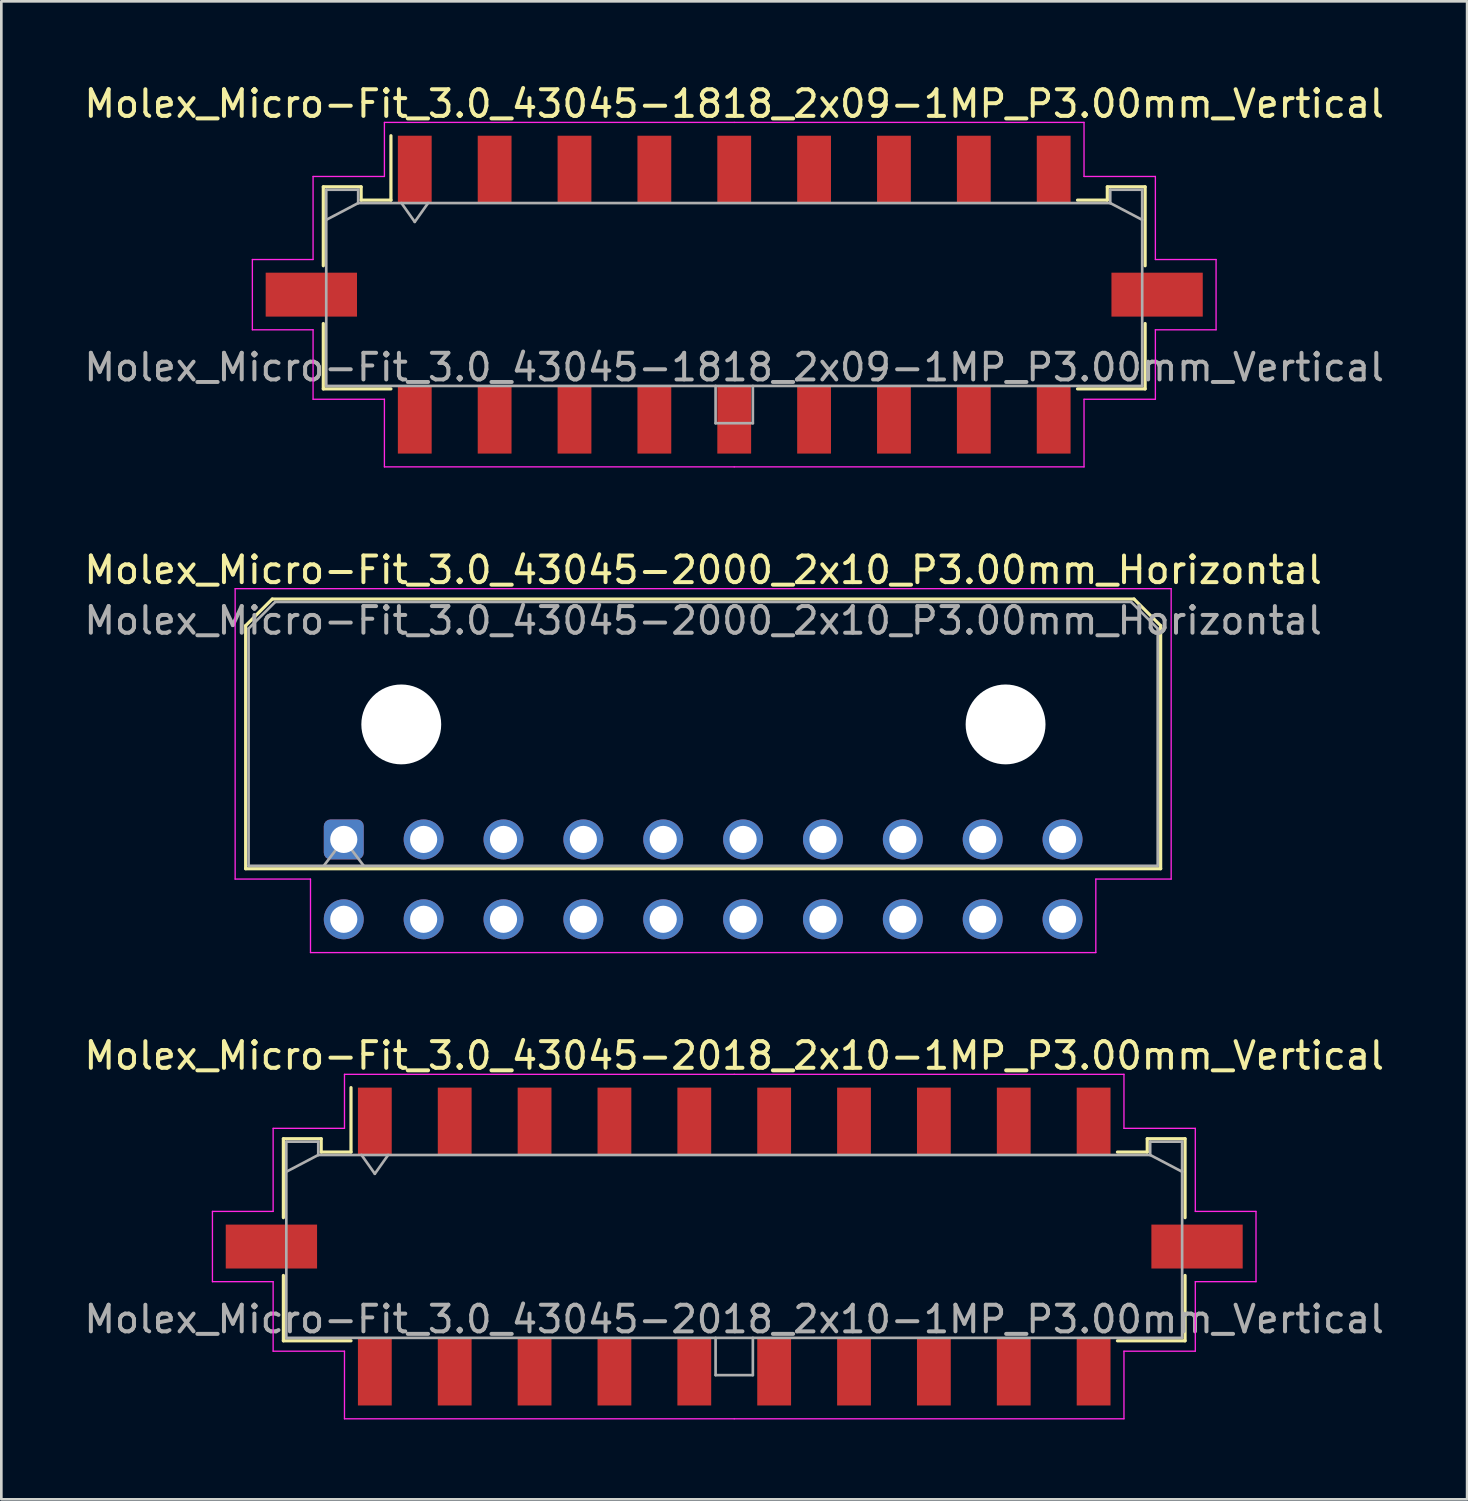
<source format=kicad_pcb>
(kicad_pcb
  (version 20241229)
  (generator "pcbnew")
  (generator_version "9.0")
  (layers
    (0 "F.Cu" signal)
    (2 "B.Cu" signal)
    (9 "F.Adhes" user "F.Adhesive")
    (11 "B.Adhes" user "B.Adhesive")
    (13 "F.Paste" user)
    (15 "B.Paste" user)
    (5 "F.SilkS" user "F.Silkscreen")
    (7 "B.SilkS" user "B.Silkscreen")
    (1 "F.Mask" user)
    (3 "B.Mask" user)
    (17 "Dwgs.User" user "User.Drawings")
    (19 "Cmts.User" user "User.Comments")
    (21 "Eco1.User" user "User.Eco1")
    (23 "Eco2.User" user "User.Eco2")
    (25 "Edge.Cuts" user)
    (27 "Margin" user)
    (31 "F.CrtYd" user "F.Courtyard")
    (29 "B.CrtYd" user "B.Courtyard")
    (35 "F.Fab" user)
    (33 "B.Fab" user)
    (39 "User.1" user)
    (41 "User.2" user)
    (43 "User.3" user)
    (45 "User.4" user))
  (footprint "Molex_Micro-Fit_3.0_43045-2000_2x10_P3.00mm_Horizontal"
    (layer "F.Cu")
    (at 9.863 28.482)
    (property "Reference" "Molex_Micro-Fit_3.0_43045-2000_2x10_P3.00mm_Horizontal" (at 13.5 -10.12 0) (layer "F.SilkS") (effects (font (size 1 1) (thickness 0.15))))
    (attr through_hole)
    (fp_line (start -3.685 -8.03) (end -2.685 -9.03) (stroke (width 0.12) (type solid)) (layer "F.SilkS"))
    (fp_line (start -3.685 1.1) (end -3.685 -8.03) (stroke (width 0.12) (type solid)) (layer "F.SilkS"))
    (fp_line (start -2.685 -9.03) (end 29.685 -9.03) (stroke (width 0.12) (type solid)) (layer "F.SilkS"))
    (fp_line (start 29.685 -9.03) (end 30.685 -8.03) (stroke (width 0.12) (type solid)) (layer "F.SilkS"))
    (fp_line (start 30.685 -8.03) (end 30.685 1.1) (stroke (width 0.12) (type solid)) (layer "F.SilkS"))
    (fp_line (start 30.685 1.1) (end -3.685 1.1) (stroke (width 0.12) (type solid)) (layer "F.SilkS"))
    (fp_line (start -4.08 -9.42) (end 31.08 -9.42) (stroke (width 0.05) (type solid)) (layer "F.CrtYd"))
    (fp_line (start -4.08 1.49) (end -4.08 -9.42) (stroke (width 0.05) (type solid)) (layer "F.CrtYd"))
    (fp_line (start -1.25 1.49) (end -4.08 1.49) (stroke (width 0.05) (type solid)) (layer "F.CrtYd"))
    (fp_line (start -1.25 4.25) (end -1.25 1.49) (stroke (width 0.05) (type solid)) (layer "F.CrtYd"))
    (fp_line (start 28.25 1.49) (end 28.25 4.25) (stroke (width 0.05) (type solid)) (layer "F.CrtYd"))
    (fp_line (start 28.25 4.25) (end -1.25 4.25) (stroke (width 0.05) (type solid)) (layer "F.CrtYd"))
    (fp_line (start 31.08 -9.42) (end 31.08 1.49) (stroke (width 0.05) (type solid)) (layer "F.CrtYd"))
    (fp_line (start 31.08 1.49) (end 28.25 1.49) (stroke (width 0.05) (type solid)) (layer "F.CrtYd"))
    (fp_line (start -3.575 -7.92) (end -2.575 -8.92) (stroke (width 0.1) (type solid)) (layer "F.Fab"))
    (fp_line (start -3.575 0.99) (end -3.575 -7.92) (stroke (width 0.1) (type solid)) (layer "F.Fab"))
    (fp_line (start -2.575 -8.92) (end 29.575 -8.92) (stroke (width 0.1) (type solid)) (layer "F.Fab"))
    (fp_line (start -0.75 0.99) (end 0 0) (stroke (width 0.1) (type solid)) (layer "F.Fab"))
    (fp_line (start 0 0) (end 0.75 0.99) (stroke (width 0.1) (type solid)) (layer "F.Fab"))
    (fp_line (start 29.575 -8.92) (end 30.575 -7.92) (stroke (width 0.1) (type solid)) (layer "F.Fab"))
    (fp_line (start 30.575 -7.92) (end 30.575 0.99) (stroke (width 0.1) (type solid)) (layer "F.Fab"))
    (fp_line (start 30.575 0.99) (end -3.575 0.99) (stroke (width 0.1) (type solid)) (layer "F.Fab"))
    (fp_text user "${REFERENCE}" (at 13.5 -8.22 0) (layer "F.Fab") (effects (font (size 1 1) (thickness 0.15))))
    (pad "" np_thru_hole circle (at 2.16 -4.32) (size 3 3) (drill 3) (layers "*.Cu" "*.Mask"))
    (pad "" np_thru_hole circle (at 24.86 -4.32) (size 3 3) (drill 3) (layers "*.Cu" "*.Mask"))
    (pad "1" thru_hole roundrect (at 0 0) (size 1.5 1.5) (drill 1.02) (layers "*.Cu" "*.Mask") (roundrect_rratio 0.167))
    (pad "2" thru_hole circle (at 3 0) (size 1.5 1.5) (drill 1.02) (layers "*.Cu" "*.Mask"))
    (pad "3" thru_hole circle (at 6 0) (size 1.5 1.5) (drill 1.02) (layers "*.Cu" "*.Mask"))
    (pad "4" thru_hole circle (at 9 0) (size 1.5 1.5) (drill 1.02) (layers "*.Cu" "*.Mask"))
    (pad "5" thru_hole circle (at 12 0) (size 1.5 1.5) (drill 1.02) (layers "*.Cu" "*.Mask"))
    (pad "6" thru_hole circle (at 15 0) (size 1.5 1.5) (drill 1.02) (layers "*.Cu" "*.Mask"))
    (pad "7" thru_hole circle (at 18 0) (size 1.5 1.5) (drill 1.02) (layers "*.Cu" "*.Mask"))
    (pad "8" thru_hole circle (at 21 0) (size 1.5 1.5) (drill 1.02) (layers "*.Cu" "*.Mask"))
    (pad "9" thru_hole circle (at 24 0) (size 1.5 1.5) (drill 1.02) (layers "*.Cu" "*.Mask"))
    (pad "10" thru_hole circle (at 27 0) (size 1.5 1.5) (drill 1.02) (layers "*.Cu" "*.Mask"))
    (pad "11" thru_hole circle (at 0 3) (size 1.5 1.5) (drill 1.02) (layers "*.Cu" "*.Mask"))
    (pad "12" thru_hole circle (at 3 3) (size 1.5 1.5) (drill 1.02) (layers "*.Cu" "*.Mask"))
    (pad "13" thru_hole circle (at 6 3) (size 1.5 1.5) (drill 1.02) (layers "*.Cu" "*.Mask"))
    (pad "14" thru_hole circle (at 9 3) (size 1.5 1.5) (drill 1.02) (layers "*.Cu" "*.Mask"))
    (pad "15" thru_hole circle (at 12 3) (size 1.5 1.5) (drill 1.02) (layers "*.Cu" "*.Mask"))
    (pad "16" thru_hole circle (at 15 3) (size 1.5 1.5) (drill 1.02) (layers "*.Cu" "*.Mask"))
    (pad "17" thru_hole circle (at 18 3) (size 1.5 1.5) (drill 1.02) (layers "*.Cu" "*.Mask"))
    (pad "18" thru_hole circle (at 21 3) (size 1.5 1.5) (drill 1.02) (layers "*.Cu" "*.Mask"))
    (pad "19" thru_hole circle (at 24 3) (size 1.5 1.5) (drill 1.02) (layers "*.Cu" "*.Mask"))
    (pad "20" thru_hole circle (at 27 3) (size 1.5 1.5) (drill 1.02) (layers "*.Cu" "*.Mask")))
  (footprint "Molex_Micro-Fit_3.0_43045-1818_2x09-1MP_P3.00mm_Vertical"
    (layer "F.Cu")
    (at 24.53 8.018)
    (property "Reference" "Molex_Micro-Fit_3.0_43045-1818_2x09-1MP_P3.00mm_Vertical" (at 0 -7.17 0) (layer "F.SilkS") (effects (font (size 1 1) (thickness 0.15))))
    (attr smd)
    (fp_line (start -15.435 -4.05) (end -14.015 -4.05) (stroke (width 0.12) (type solid)) (layer "F.SilkS"))
    (fp_line (start -15.435 -1.085) (end -15.435 -4.05) (stroke (width 0.12) (type solid)) (layer "F.SilkS"))
    (fp_line (start -15.435 1.085) (end -15.435 3.54) (stroke (width 0.12) (type solid)) (layer "F.SilkS"))
    (fp_line (start -15.435 3.54) (end -12.895 3.54) (stroke (width 0.12) (type solid)) (layer "F.SilkS"))
    (fp_line (start -14.015 -4.05) (end -14.015 -3.55) (stroke (width 0.12) (type solid)) (layer "F.SilkS"))
    (fp_line (start -14.015 -3.55) (end -12.895 -3.55) (stroke (width 0.12) (type solid)) (layer "F.SilkS"))
    (fp_line (start -12.895 -3.55) (end -12.895 -5.97) (stroke (width 0.12) (type solid)) (layer "F.SilkS"))
    (fp_line (start 14.015 -4.05) (end 14.015 -3.55) (stroke (width 0.12) (type solid)) (layer "F.SilkS"))
    (fp_line (start 14.015 -3.55) (end 12.895 -3.55) (stroke (width 0.12) (type solid)) (layer "F.SilkS"))
    (fp_line (start 15.435 -4.05) (end 14.015 -4.05) (stroke (width 0.12) (type solid)) (layer "F.SilkS"))
    (fp_line (start 15.435 -1.085) (end 15.435 -4.05) (stroke (width 0.12) (type solid)) (layer "F.SilkS"))
    (fp_line (start 15.435 1.085) (end 15.435 3.54) (stroke (width 0.12) (type solid)) (layer "F.SilkS"))
    (fp_line (start 15.435 3.54) (end 12.895 3.54) (stroke (width 0.12) (type solid)) (layer "F.SilkS"))
    (fp_line (start -18.1 -1.32) (end -18.1 1.32) (stroke (width 0.05) (type solid)) (layer "F.CrtYd"))
    (fp_line (start -18.1 1.32) (end -15.82 1.32) (stroke (width 0.05) (type solid)) (layer "F.CrtYd"))
    (fp_line (start -15.82 -4.44) (end -15.82 -1.32) (stroke (width 0.05) (type solid)) (layer "F.CrtYd"))
    (fp_line (start -15.82 -1.32) (end -18.1 -1.32) (stroke (width 0.05) (type solid)) (layer "F.CrtYd"))
    (fp_line (start -15.82 1.32) (end -15.82 3.93) (stroke (width 0.05) (type solid)) (layer "F.CrtYd"))
    (fp_line (start -15.82 3.93) (end -13.14 3.93) (stroke (width 0.05) (type solid)) (layer "F.CrtYd"))
    (fp_line (start -13.14 -6.47) (end -13.14 -4.44) (stroke (width 0.05) (type solid)) (layer "F.CrtYd"))
    (fp_line (start -13.14 -4.44) (end -15.82 -4.44) (stroke (width 0.05) (type solid)) (layer "F.CrtYd"))
    (fp_line (start -13.14 3.93) (end -13.14 6.47) (stroke (width 0.05) (type solid)) (layer "F.CrtYd"))
    (fp_line (start -13.14 6.47) (end 0 6.47) (stroke (width 0.05) (type solid)) (layer "F.CrtYd"))
    (fp_line (start 0 -6.47) (end -13.14 -6.47) (stroke (width 0.05) (type solid)) (layer "F.CrtYd"))
    (fp_line (start 0 -6.47) (end 13.14 -6.47) (stroke (width 0.05) (type solid)) (layer "F.CrtYd"))
    (fp_line (start 13.14 -6.47) (end 13.14 -4.44) (stroke (width 0.05) (type solid)) (layer "F.CrtYd"))
    (fp_line (start 13.14 -4.44) (end 15.82 -4.44) (stroke (width 0.05) (type solid)) (layer "F.CrtYd"))
    (fp_line (start 13.14 3.93) (end 13.14 6.47) (stroke (width 0.05) (type solid)) (layer "F.CrtYd"))
    (fp_line (start 13.14 6.47) (end 0 6.47) (stroke (width 0.05) (type solid)) (layer "F.CrtYd"))
    (fp_line (start 15.82 -4.44) (end 15.82 -1.32) (stroke (width 0.05) (type solid)) (layer "F.CrtYd"))
    (fp_line (start 15.82 -1.32) (end 18.1 -1.32) (stroke (width 0.05) (type solid)) (layer "F.CrtYd"))
    (fp_line (start 15.82 1.32) (end 15.82 3.93) (stroke (width 0.05) (type solid)) (layer "F.CrtYd"))
    (fp_line (start 15.82 3.93) (end 13.14 3.93) (stroke (width 0.05) (type solid)) (layer "F.CrtYd"))
    (fp_line (start 18.1 -1.32) (end 18.1 1.32) (stroke (width 0.05) (type solid)) (layer "F.CrtYd"))
    (fp_line (start 18.1 1.32) (end 15.82 1.32) (stroke (width 0.05) (type solid)) (layer "F.CrtYd"))
    (fp_line (start -15.325 -3.94) (end -15.325 3.43) (stroke (width 0.1) (type solid)) (layer "F.Fab"))
    (fp_line (start -15.325 -2.81) (end -14.125 -3.44) (stroke (width 0.1) (type solid)) (layer "F.Fab"))
    (fp_line (start -15.325 3.43) (end 15.325 3.43) (stroke (width 0.1) (type solid)) (layer "F.Fab"))
    (fp_line (start -14.125 -3.94) (end -15.325 -3.94) (stroke (width 0.1) (type solid)) (layer "F.Fab"))
    (fp_line (start -14.125 -3.44) (end -14.125 -3.94) (stroke (width 0.1) (type solid)) (layer "F.Fab"))
    (fp_line (start -12.5 -3.44) (end -12 -2.733) (stroke (width 0.1) (type solid)) (layer "F.Fab"))
    (fp_line (start -12 -2.733) (end -11.5 -3.44) (stroke (width 0.1) (type solid)) (layer "F.Fab"))
    (fp_line (start -0.7 3.43) (end -0.7 4.83) (stroke (width 0.1) (type solid)) (layer "F.Fab"))
    (fp_line (start -0.7 4.83) (end 0.7 4.83) (stroke (width 0.1) (type solid)) (layer "F.Fab"))
    (fp_line (start 0.7 4.83) (end 0.7 3.43) (stroke (width 0.1) (type solid)) (layer "F.Fab"))
    (fp_line (start 14.125 -3.94) (end 14.125 -3.44) (stroke (width 0.1) (type solid)) (layer "F.Fab"))
    (fp_line (start 14.125 -3.44) (end -14.125 -3.44) (stroke (width 0.1) (type solid)) (layer "F.Fab"))
    (fp_line (start 15.325 -3.94) (end 14.125 -3.94) (stroke (width 0.1) (type solid)) (layer "F.Fab"))
    (fp_line (start 15.325 -2.81) (end 14.125 -3.44) (stroke (width 0.1) (type solid)) (layer "F.Fab"))
    (fp_line (start 15.325 3.43) (end 15.325 -3.94) (stroke (width 0.1) (type solid)) (layer "F.Fab"))
    (fp_text user "${REFERENCE}" (at 0 2.73 0) (layer "F.Fab") (effects (font (size 1 1) (thickness 0.15))))
    (pad "1" smd rect (at -12 -4.7) (size 1.27 2.54) (layers "F.Cu" "F.Mask" "F.Paste"))
    (pad "2" smd rect (at -9 -4.7) (size 1.27 2.54) (layers "F.Cu" "F.Mask" "F.Paste"))
    (pad "3" smd rect (at -6 -4.7) (size 1.27 2.54) (layers "F.Cu" "F.Mask" "F.Paste"))
    (pad "4" smd rect (at -3 -4.7) (size 1.27 2.54) (layers "F.Cu" "F.Mask" "F.Paste"))
    (pad "5" smd rect (at 0 -4.7) (size 1.27 2.54) (layers "F.Cu" "F.Mask" "F.Paste"))
    (pad "6" smd rect (at 3 -4.7) (size 1.27 2.54) (layers "F.Cu" "F.Mask" "F.Paste"))
    (pad "7" smd rect (at 6 -4.7) (size 1.27 2.54) (layers "F.Cu" "F.Mask" "F.Paste"))
    (pad "8" smd rect (at 9 -4.7) (size 1.27 2.54) (layers "F.Cu" "F.Mask" "F.Paste"))
    (pad "9" smd rect (at 12 -4.7) (size 1.27 2.54) (layers "F.Cu" "F.Mask" "F.Paste"))
    (pad "10" smd rect (at -12 4.7) (size 1.27 2.54) (layers "F.Cu" "F.Mask" "F.Paste"))
    (pad "11" smd rect (at -9 4.7) (size 1.27 2.54) (layers "F.Cu" "F.Mask" "F.Paste"))
    (pad "12" smd rect (at -6 4.7) (size 1.27 2.54) (layers "F.Cu" "F.Mask" "F.Paste"))
    (pad "13" smd rect (at -3 4.7) (size 1.27 2.54) (layers "F.Cu" "F.Mask" "F.Paste"))
    (pad "14" smd rect (at 0 4.7) (size 1.27 2.54) (layers "F.Cu" "F.Mask" "F.Paste"))
    (pad "15" smd rect (at 3 4.7) (size 1.27 2.54) (layers "F.Cu" "F.Mask" "F.Paste"))
    (pad "16" smd rect (at 6 4.7) (size 1.27 2.54) (layers "F.Cu" "F.Mask" "F.Paste"))
    (pad "17" smd rect (at 9 4.7) (size 1.27 2.54) (layers "F.Cu" "F.Mask" "F.Paste"))
    (pad "18" smd rect (at 12 4.7) (size 1.27 2.54) (layers "F.Cu" "F.Mask" "F.Paste"))
    (pad "MP" smd rect (at -15.885 0) (size 3.43 1.65) (layers "F.Cu" "F.Mask" "F.Paste"))
    (pad "MP" smd rect (at 15.885 0) (size 3.43 1.65) (layers "F.Cu" "F.Mask" "F.Paste")))
  (footprint "Molex_Micro-Fit_3.0_43045-2018_2x10-1MP_P3.00mm_Vertical"
    (layer "F.Cu")
    (at 24.53 43.775)
    (property "Reference" "Molex_Micro-Fit_3.0_43045-2018_2x10-1MP_P3.00mm_Vertical" (at 0 -7.17 0) (layer "F.SilkS") (effects (font (size 1 1) (thickness 0.15))))
    (attr smd)
    (fp_line (start -16.935 -4.05) (end -15.515 -4.05) (stroke (width 0.12) (type solid)) (layer "F.SilkS"))
    (fp_line (start -16.935 -1.085) (end -16.935 -4.05) (stroke (width 0.12) (type solid)) (layer "F.SilkS"))
    (fp_line (start -16.935 1.085) (end -16.935 3.54) (stroke (width 0.12) (type solid)) (layer "F.SilkS"))
    (fp_line (start -16.935 3.54) (end -14.395 3.54) (stroke (width 0.12) (type solid)) (layer "F.SilkS"))
    (fp_line (start -15.515 -4.05) (end -15.515 -3.55) (stroke (width 0.12) (type solid)) (layer "F.SilkS"))
    (fp_line (start -15.515 -3.55) (end -14.395 -3.55) (stroke (width 0.12) (type solid)) (layer "F.SilkS"))
    (fp_line (start -14.395 -3.55) (end -14.395 -5.97) (stroke (width 0.12) (type solid)) (layer "F.SilkS"))
    (fp_line (start 15.515 -4.05) (end 15.515 -3.55) (stroke (width 0.12) (type solid)) (layer "F.SilkS"))
    (fp_line (start 15.515 -3.55) (end 14.395 -3.55) (stroke (width 0.12) (type solid)) (layer "F.SilkS"))
    (fp_line (start 16.935 -4.05) (end 15.515 -4.05) (stroke (width 0.12) (type solid)) (layer "F.SilkS"))
    (fp_line (start 16.935 -1.085) (end 16.935 -4.05) (stroke (width 0.12) (type solid)) (layer "F.SilkS"))
    (fp_line (start 16.935 1.085) (end 16.935 3.54) (stroke (width 0.12) (type solid)) (layer "F.SilkS"))
    (fp_line (start 16.935 3.54) (end 14.395 3.54) (stroke (width 0.12) (type solid)) (layer "F.SilkS"))
    (fp_line (start -19.6 -1.32) (end -19.6 1.32) (stroke (width 0.05) (type solid)) (layer "F.CrtYd"))
    (fp_line (start -19.6 1.32) (end -17.32 1.32) (stroke (width 0.05) (type solid)) (layer "F.CrtYd"))
    (fp_line (start -17.32 -4.44) (end -17.32 -1.32) (stroke (width 0.05) (type solid)) (layer "F.CrtYd"))
    (fp_line (start -17.32 -1.32) (end -19.6 -1.32) (stroke (width 0.05) (type solid)) (layer "F.CrtYd"))
    (fp_line (start -17.32 1.32) (end -17.32 3.93) (stroke (width 0.05) (type solid)) (layer "F.CrtYd"))
    (fp_line (start -17.32 3.93) (end -14.64 3.93) (stroke (width 0.05) (type solid)) (layer "F.CrtYd"))
    (fp_line (start -14.64 -6.47) (end -14.64 -4.44) (stroke (width 0.05) (type solid)) (layer "F.CrtYd"))
    (fp_line (start -14.64 -4.44) (end -17.32 -4.44) (stroke (width 0.05) (type solid)) (layer "F.CrtYd"))
    (fp_line (start -14.64 3.93) (end -14.64 6.47) (stroke (width 0.05) (type solid)) (layer "F.CrtYd"))
    (fp_line (start -14.64 6.47) (end 0 6.47) (stroke (width 0.05) (type solid)) (layer "F.CrtYd"))
    (fp_line (start 0 -6.47) (end -14.64 -6.47) (stroke (width 0.05) (type solid)) (layer "F.CrtYd"))
    (fp_line (start 0 -6.47) (end 14.64 -6.47) (stroke (width 0.05) (type solid)) (layer "F.CrtYd"))
    (fp_line (start 14.64 -6.47) (end 14.64 -4.44) (stroke (width 0.05) (type solid)) (layer "F.CrtYd"))
    (fp_line (start 14.64 -4.44) (end 17.32 -4.44) (stroke (width 0.05) (type solid)) (layer "F.CrtYd"))
    (fp_line (start 14.64 3.93) (end 14.64 6.47) (stroke (width 0.05) (type solid)) (layer "F.CrtYd"))
    (fp_line (start 14.64 6.47) (end 0 6.47) (stroke (width 0.05) (type solid)) (layer "F.CrtYd"))
    (fp_line (start 17.32 -4.44) (end 17.32 -1.32) (stroke (width 0.05) (type solid)) (layer "F.CrtYd"))
    (fp_line (start 17.32 -1.32) (end 19.6 -1.32) (stroke (width 0.05) (type solid)) (layer "F.CrtYd"))
    (fp_line (start 17.32 1.32) (end 17.32 3.93) (stroke (width 0.05) (type solid)) (layer "F.CrtYd"))
    (fp_line (start 17.32 3.93) (end 14.64 3.93) (stroke (width 0.05) (type solid)) (layer "F.CrtYd"))
    (fp_line (start 19.6 -1.32) (end 19.6 1.32) (stroke (width 0.05) (type solid)) (layer "F.CrtYd"))
    (fp_line (start 19.6 1.32) (end 17.32 1.32) (stroke (width 0.05) (type solid)) (layer "F.CrtYd"))
    (fp_line (start -16.825 -3.94) (end -16.825 3.43) (stroke (width 0.1) (type solid)) (layer "F.Fab"))
    (fp_line (start -16.825 -2.81) (end -15.625 -3.44) (stroke (width 0.1) (type solid)) (layer "F.Fab"))
    (fp_line (start -16.825 3.43) (end 16.825 3.43) (stroke (width 0.1) (type solid)) (layer "F.Fab"))
    (fp_line (start -15.625 -3.94) (end -16.825 -3.94) (stroke (width 0.1) (type solid)) (layer "F.Fab"))
    (fp_line (start -15.625 -3.44) (end -15.625 -3.94) (stroke (width 0.1) (type solid)) (layer "F.Fab"))
    (fp_line (start -14 -3.44) (end -13.5 -2.733) (stroke (width 0.1) (type solid)) (layer "F.Fab"))
    (fp_line (start -13.5 -2.733) (end -13 -3.44) (stroke (width 0.1) (type solid)) (layer "F.Fab"))
    (fp_line (start -0.7 3.43) (end -0.7 4.83) (stroke (width 0.1) (type solid)) (layer "F.Fab"))
    (fp_line (start -0.7 4.83) (end 0.7 4.83) (stroke (width 0.1) (type solid)) (layer "F.Fab"))
    (fp_line (start 0.7 4.83) (end 0.7 3.43) (stroke (width 0.1) (type solid)) (layer "F.Fab"))
    (fp_line (start 15.625 -3.94) (end 15.625 -3.44) (stroke (width 0.1) (type solid)) (layer "F.Fab"))
    (fp_line (start 15.625 -3.44) (end -15.625 -3.44) (stroke (width 0.1) (type solid)) (layer "F.Fab"))
    (fp_line (start 16.825 -3.94) (end 15.625 -3.94) (stroke (width 0.1) (type solid)) (layer "F.Fab"))
    (fp_line (start 16.825 -2.81) (end 15.625 -3.44) (stroke (width 0.1) (type solid)) (layer "F.Fab"))
    (fp_line (start 16.825 3.43) (end 16.825 -3.94) (stroke (width 0.1) (type solid)) (layer "F.Fab"))
    (fp_text user "${REFERENCE}" (at 0 2.73 0) (layer "F.Fab") (effects (font (size 1 1) (thickness 0.15))))
    (pad "1" smd rect (at -13.5 -4.7) (size 1.27 2.54) (layers "F.Cu" "F.Mask" "F.Paste"))
    (pad "2" smd rect (at -10.5 -4.7) (size 1.27 2.54) (layers "F.Cu" "F.Mask" "F.Paste"))
    (pad "3" smd rect (at -7.5 -4.7) (size 1.27 2.54) (layers "F.Cu" "F.Mask" "F.Paste"))
    (pad "4" smd rect (at -4.5 -4.7) (size 1.27 2.54) (layers "F.Cu" "F.Mask" "F.Paste"))
    (pad "5" smd rect (at -1.5 -4.7) (size 1.27 2.54) (layers "F.Cu" "F.Mask" "F.Paste"))
    (pad "6" smd rect (at 1.5 -4.7) (size 1.27 2.54) (layers "F.Cu" "F.Mask" "F.Paste"))
    (pad "7" smd rect (at 4.5 -4.7) (size 1.27 2.54) (layers "F.Cu" "F.Mask" "F.Paste"))
    (pad "8" smd rect (at 7.5 -4.7) (size 1.27 2.54) (layers "F.Cu" "F.Mask" "F.Paste"))
    (pad "9" smd rect (at 10.5 -4.7) (size 1.27 2.54) (layers "F.Cu" "F.Mask" "F.Paste"))
    (pad "10" smd rect (at 13.5 -4.7) (size 1.27 2.54) (layers "F.Cu" "F.Mask" "F.Paste"))
    (pad "11" smd rect (at -13.5 4.7) (size 1.27 2.54) (layers "F.Cu" "F.Mask" "F.Paste"))
    (pad "12" smd rect (at -10.5 4.7) (size 1.27 2.54) (layers "F.Cu" "F.Mask" "F.Paste"))
    (pad "13" smd rect (at -7.5 4.7) (size 1.27 2.54) (layers "F.Cu" "F.Mask" "F.Paste"))
    (pad "14" smd rect (at -4.5 4.7) (size 1.27 2.54) (layers "F.Cu" "F.Mask" "F.Paste"))
    (pad "15" smd rect (at -1.5 4.7) (size 1.27 2.54) (layers "F.Cu" "F.Mask" "F.Paste"))
    (pad "16" smd rect (at 1.5 4.7) (size 1.27 2.54) (layers "F.Cu" "F.Mask" "F.Paste"))
    (pad "17" smd rect (at 4.5 4.7) (size 1.27 2.54) (layers "F.Cu" "F.Mask" "F.Paste"))
    (pad "18" smd rect (at 7.5 4.7) (size 1.27 2.54) (layers "F.Cu" "F.Mask" "F.Paste"))
    (pad "19" smd rect (at 10.5 4.7) (size 1.27 2.54) (layers "F.Cu" "F.Mask" "F.Paste"))
    (pad "20" smd rect (at 13.5 4.7) (size 1.27 2.54) (layers "F.Cu" "F.Mask" "F.Paste"))
    (pad "MP" smd rect (at -17.385 0) (size 3.43 1.65) (layers "F.Cu" "F.Mask" "F.Paste"))
    (pad "MP" smd rect (at 17.385 0) (size 3.43 1.65) (layers "F.Cu" "F.Mask" "F.Paste")))
  (gr_rect
    (start -3 -3)
    (end 52.06 53.27)
    (stroke (width 0.1) (type default))
    (fill no)
    (layer "Edge.Cuts")))
</source>
